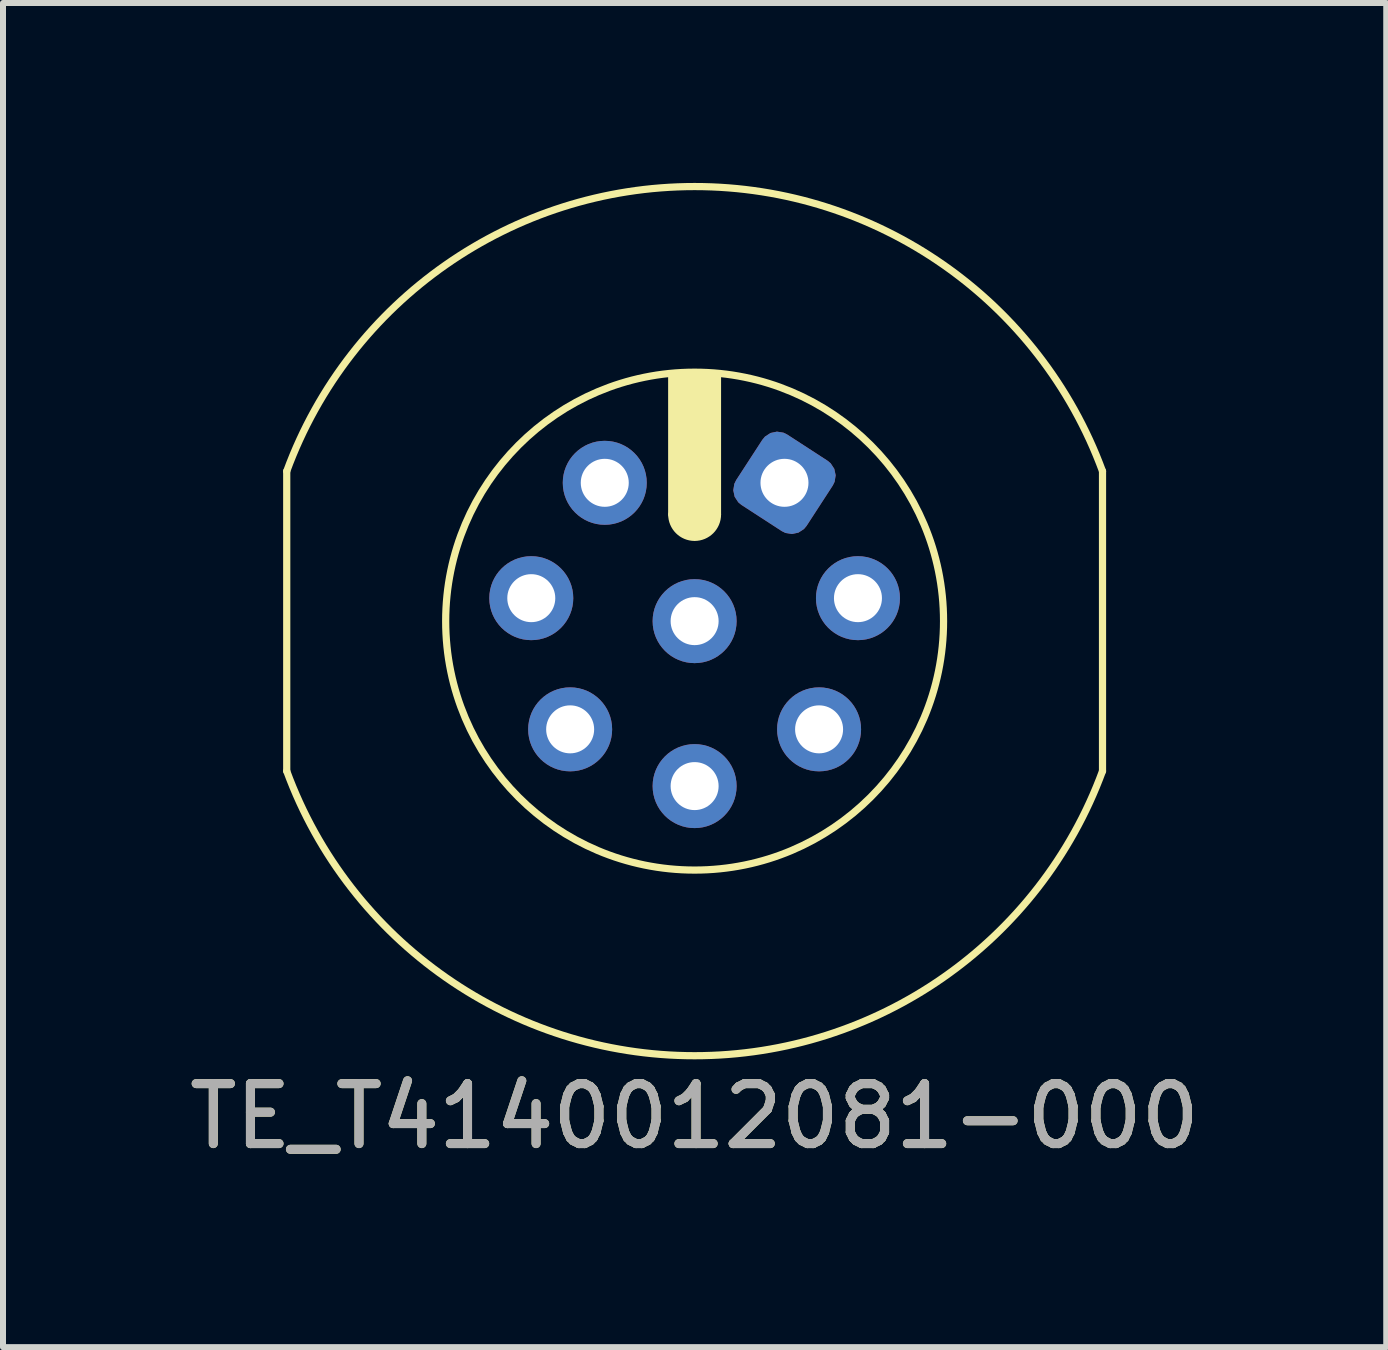
<source format=kicad_pcb>
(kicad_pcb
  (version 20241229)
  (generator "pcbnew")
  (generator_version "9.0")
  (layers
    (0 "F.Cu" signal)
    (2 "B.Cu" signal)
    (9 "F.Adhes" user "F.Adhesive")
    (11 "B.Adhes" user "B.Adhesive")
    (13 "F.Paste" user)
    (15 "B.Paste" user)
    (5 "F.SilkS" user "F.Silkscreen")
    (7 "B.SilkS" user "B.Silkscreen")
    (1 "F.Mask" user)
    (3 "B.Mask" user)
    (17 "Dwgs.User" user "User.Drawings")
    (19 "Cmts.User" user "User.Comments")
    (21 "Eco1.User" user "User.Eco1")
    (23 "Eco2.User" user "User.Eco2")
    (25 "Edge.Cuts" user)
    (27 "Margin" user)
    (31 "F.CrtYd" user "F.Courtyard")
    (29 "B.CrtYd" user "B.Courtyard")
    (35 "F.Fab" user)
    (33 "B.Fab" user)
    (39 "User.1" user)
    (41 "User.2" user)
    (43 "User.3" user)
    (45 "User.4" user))
  (footprint "TE_T4140012081-000"
    (layer "F.Cu")
    (at 8.53 7.305)
    (property "Reference" "TE_T4140012081-000" (at 0 8.255 0) (unlocked yes) (layer "F.SilkS") (effects (font (size 1 1) (thickness 0.15))))
    (attr through_hole)
    (fp_line (start -6.8 -2.5) (end -6.8 2.5) (stroke (width 0.12) (type default)) (layer "F.SilkS"))
    (fp_line (start -0.381 -4.115) (end -0.381 -1.778) (stroke (width 0.12) (type default)) (layer "F.SilkS"))
    (fp_line (start 0.381 -4.115) (end 0.381 -1.778) (stroke (width 0.12) (type default)) (layer "F.SilkS"))
    (fp_line (start 6.8 -2.5) (end 6.8 2.5) (stroke (width 0.12) (type default)) (layer "F.SilkS"))
    (fp_arc (start -6.8 -2.5) (mid 0 -7.244999) (end 6.8 -2.5) (stroke (width 0.12) (type default)) (layer "F.SilkS"))
    (fp_arc (start 0.381 -1.778) (mid 0 -1.397) (end -0.381 -1.778) (stroke (width 0.12) (type default)) (layer "F.SilkS"))
    (fp_arc (start 6.8 2.5) (mid 0 7.244999) (end -6.8 2.5) (stroke (width 0.12) (type default)) (layer "F.SilkS"))
    (fp_circle (center 0 0) (end 4.15 0) (stroke (width 0.12) (type default)) (fill no) (layer "F.SilkS"))
    (fp_poly (pts (xy 0.381 -4.115) (xy 0.381 -1.778) (xy 0.254 -1.524) (xy 0 -1.397) (xy -0.254 -1.524) (xy -0.381 -1.778) (xy -0.381 -4.115)) (stroke (width 0.1) (type solid)) (fill yes) (layer "F.SilkS"))
    (fp_text user "${REFERENCE}" (at 0 8.255 0) (unlocked yes) (layer "F.Fab") (effects (font (size 1 1) (thickness 0.15))))
    (pad "1" thru_hole roundrect (at 1.498 -2.306 327) (size 1.4 1.4) (drill 0.8) (layers "*.Cu" "*.Mask") (roundrect_rratio 0.214))
    (pad "2" thru_hole circle (at -1.498 -2.306) (size 1.4 1.4) (drill 0.8) (layers "*.Cu" "*.Mask"))
    (pad "3" thru_hole circle (at -2.723 -0.383) (size 1.4 1.4) (drill 0.8) (layers "*.Cu" "*.Mask"))
    (pad "4" thru_hole circle (at -2.075 1.804) (size 1.4 1.4) (drill 0.8) (layers "*.Cu" "*.Mask"))
    (pad "5" thru_hole circle (at 0 2.75) (size 1.4 1.4) (drill 0.8) (layers "*.Cu" "*.Mask"))
    (pad "6" thru_hole circle (at 2.075 1.804) (size 1.4 1.4) (drill 0.8) (layers "*.Cu" "*.Mask"))
    (pad "7" thru_hole circle (at 2.723 -0.383) (size 1.4 1.4) (drill 0.8) (layers "*.Cu" "*.Mask"))
    (pad "8" thru_hole circle (at 0 0) (size 1.4 1.4) (drill 0.8) (layers "*.Cu" "*.Mask")))
  (gr_rect
    (start -3 -3)
    (end 20.06 19.408)
    (stroke (width 0.1) (type default))
    (fill no)
    (layer "Edge.Cuts")))
</source>
